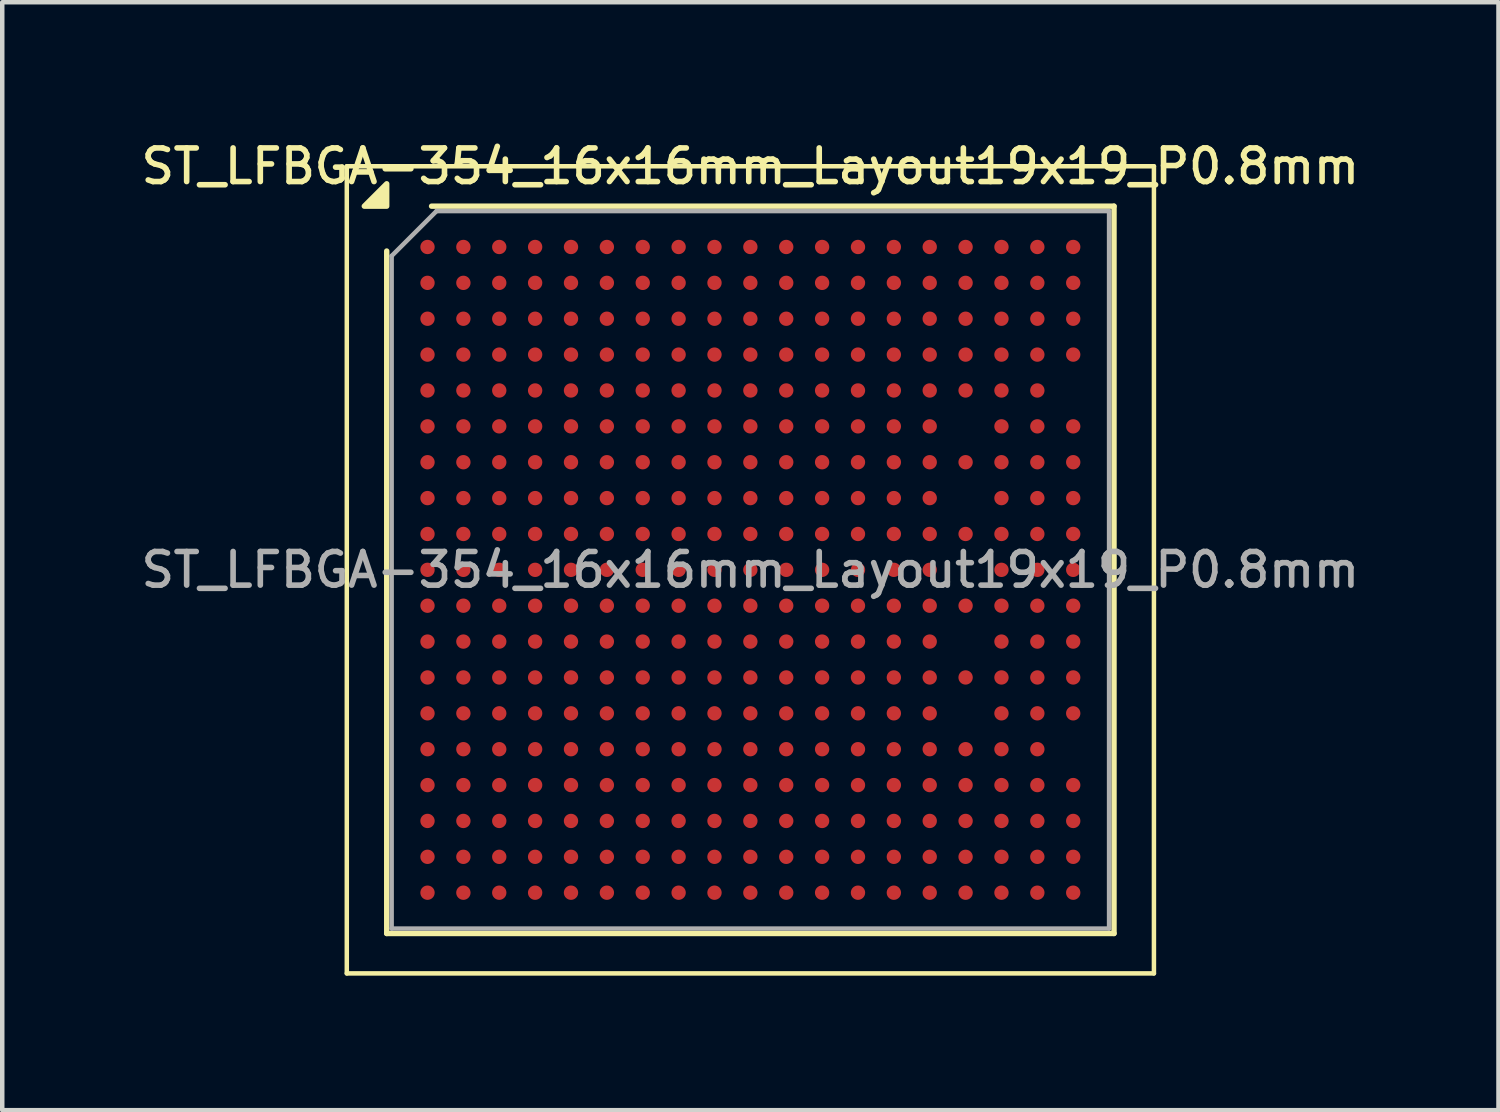
<source format=kicad_pcb>
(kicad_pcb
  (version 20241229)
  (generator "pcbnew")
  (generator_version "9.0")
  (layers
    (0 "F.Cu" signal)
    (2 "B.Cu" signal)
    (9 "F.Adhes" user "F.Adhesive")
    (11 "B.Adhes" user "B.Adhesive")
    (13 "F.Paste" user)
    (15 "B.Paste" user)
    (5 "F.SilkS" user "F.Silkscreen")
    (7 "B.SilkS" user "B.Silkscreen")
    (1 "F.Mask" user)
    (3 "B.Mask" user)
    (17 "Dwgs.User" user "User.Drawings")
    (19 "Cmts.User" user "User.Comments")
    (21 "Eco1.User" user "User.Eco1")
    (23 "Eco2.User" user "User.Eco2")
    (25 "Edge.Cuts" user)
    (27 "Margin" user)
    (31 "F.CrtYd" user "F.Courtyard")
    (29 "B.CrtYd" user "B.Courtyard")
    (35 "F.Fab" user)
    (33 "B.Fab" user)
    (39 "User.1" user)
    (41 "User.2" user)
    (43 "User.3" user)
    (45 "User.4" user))
  (footprint "ST_LFBGA-354_16x16mm_Layout19x19_P0.8mm"
    (layer "F.Cu")
    (at 13.684 9.658)
    (property "Reference" "ST_LFBGA-354_16x16mm_Layout19x19_P0.8mm" (at 0 -9 0) (layer "F.SilkS") (effects (font (size 0.75 0.75) (thickness 0.125))))
    (attr smd)
    (fp_line (start -9 -9) (end -9 9) (stroke (width 0.1) (type solid)) (layer "F.SilkS"))
    (fp_line (start -9 9) (end 9 9) (stroke (width 0.1) (type solid)) (layer "F.SilkS"))
    (fp_line (start -8.11 8.11) (end -8.11 -7.11) (stroke (width 0.12) (type solid)) (layer "F.SilkS"))
    (fp_line (start -7.11 -8.11) (end 8.11 -8.11) (stroke (width 0.12) (type solid)) (layer "F.SilkS"))
    (fp_line (start 8.11 -8.11) (end 8.11 8.11) (stroke (width 0.12) (type solid)) (layer "F.SilkS"))
    (fp_line (start 8.11 8.11) (end -8.11 8.11) (stroke (width 0.12) (type solid)) (layer "F.SilkS"))
    (fp_line (start 9 -9) (end -9 -9) (stroke (width 0.1) (type solid)) (layer "F.SilkS"))
    (fp_line (start 9 9) (end 9 -9) (stroke (width 0.1) (type solid)) (layer "F.SilkS"))
    (fp_poly (pts (xy -8.11 -8.11) (xy -8.61 -8.11) (xy -8.11 -8.61) (xy -8.11 -8.11)) (stroke (width 0.12) (type solid)) (fill yes) (layer "F.SilkS"))
    (fp_line (start -8 -7) (end -7 -8) (stroke (width 0.1) (type solid)) (layer "F.Fab"))
    (fp_line (start -8 8) (end -8 -7) (stroke (width 0.1) (type solid)) (layer "F.Fab"))
    (fp_line (start -7 -8) (end 8 -8) (stroke (width 0.1) (type solid)) (layer "F.Fab"))
    (fp_line (start 8 -8) (end 8 8) (stroke (width 0.1) (type solid)) (layer "F.Fab"))
    (fp_line (start 8 8) (end -8 8) (stroke (width 0.1) (type solid)) (layer "F.Fab"))
    (fp_text user "${REFERENCE}" (at 0 0 0) (layer "F.Fab") (effects (font (size 0.75 0.75) (thickness 0.125))))
    (pad "A1" smd circle (at -7.2 -7.2) (size 0.32 0.32) (property pad_prop_bga) (layers "F.Cu" "F.Mask" "F.Paste"))
    (pad "A2" smd circle (at -6.4 -7.2) (size 0.32 0.32) (property pad_prop_bga) (layers "F.Cu" "F.Mask" "F.Paste"))
    (pad "A3" smd circle (at -5.6 -7.2) (size 0.32 0.32) (property pad_prop_bga) (layers "F.Cu" "F.Mask" "F.Paste"))
    (pad "A4" smd circle (at -4.8 -7.2) (size 0.32 0.32) (property pad_prop_bga) (layers "F.Cu" "F.Mask" "F.Paste"))
    (pad "A5" smd circle (at -4 -7.2) (size 0.32 0.32) (property pad_prop_bga) (layers "F.Cu" "F.Mask" "F.Paste"))
    (pad "A6" smd circle (at -3.2 -7.2) (size 0.32 0.32) (property pad_prop_bga) (layers "F.Cu" "F.Mask" "F.Paste"))
    (pad "A7" smd circle (at -2.4 -7.2) (size 0.32 0.32) (property pad_prop_bga) (layers "F.Cu" "F.Mask" "F.Paste"))
    (pad "A8" smd circle (at -1.6 -7.2) (size 0.32 0.32) (property pad_prop_bga) (layers "F.Cu" "F.Mask" "F.Paste"))
    (pad "A9" smd circle (at -0.8 -7.2) (size 0.32 0.32) (property pad_prop_bga) (layers "F.Cu" "F.Mask" "F.Paste"))
    (pad "A10" smd circle (at 0 -7.2) (size 0.32 0.32) (property pad_prop_bga) (layers "F.Cu" "F.Mask" "F.Paste"))
    (pad "A11" smd circle (at 0.8 -7.2) (size 0.32 0.32) (property pad_prop_bga) (layers "F.Cu" "F.Mask" "F.Paste"))
    (pad "A12" smd circle (at 1.6 -7.2) (size 0.32 0.32) (property pad_prop_bga) (layers "F.Cu" "F.Mask" "F.Paste"))
    (pad "A13" smd circle (at 2.4 -7.2) (size 0.32 0.32) (property pad_prop_bga) (layers "F.Cu" "F.Mask" "F.Paste"))
    (pad "A14" smd circle (at 3.2 -7.2) (size 0.32 0.32) (property pad_prop_bga) (layers "F.Cu" "F.Mask" "F.Paste"))
    (pad "A15" smd circle (at 4 -7.2) (size 0.32 0.32) (property pad_prop_bga) (layers "F.Cu" "F.Mask" "F.Paste"))
    (pad "A16" smd circle (at 4.8 -7.2) (size 0.32 0.32) (property pad_prop_bga) (layers "F.Cu" "F.Mask" "F.Paste"))
    (pad "A17" smd circle (at 5.6 -7.2) (size 0.32 0.32) (property pad_prop_bga) (layers "F.Cu" "F.Mask" "F.Paste"))
    (pad "A18" smd circle (at 6.4 -7.2) (size 0.32 0.32) (property pad_prop_bga) (layers "F.Cu" "F.Mask" "F.Paste"))
    (pad "A19" smd circle (at 7.2 -7.2) (size 0.32 0.32) (property pad_prop_bga) (layers "F.Cu" "F.Mask" "F.Paste"))
    (pad "B1" smd circle (at -7.2 -6.4) (size 0.32 0.32) (property pad_prop_bga) (layers "F.Cu" "F.Mask" "F.Paste"))
    (pad "B2" smd circle (at -6.4 -6.4) (size 0.32 0.32) (property pad_prop_bga) (layers "F.Cu" "F.Mask" "F.Paste"))
    (pad "B3" smd circle (at -5.6 -6.4) (size 0.32 0.32) (property pad_prop_bga) (layers "F.Cu" "F.Mask" "F.Paste"))
    (pad "B4" smd circle (at -4.8 -6.4) (size 0.32 0.32) (property pad_prop_bga) (layers "F.Cu" "F.Mask" "F.Paste"))
    (pad "B5" smd circle (at -4 -6.4) (size 0.32 0.32) (property pad_prop_bga) (layers "F.Cu" "F.Mask" "F.Paste"))
    (pad "B6" smd circle (at -3.2 -6.4) (size 0.32 0.32) (property pad_prop_bga) (layers "F.Cu" "F.Mask" "F.Paste"))
    (pad "B7" smd circle (at -2.4 -6.4) (size 0.32 0.32) (property pad_prop_bga) (layers "F.Cu" "F.Mask" "F.Paste"))
    (pad "B8" smd circle (at -1.6 -6.4) (size 0.32 0.32) (property pad_prop_bga) (layers "F.Cu" "F.Mask" "F.Paste"))
    (pad "B9" smd circle (at -0.8 -6.4) (size 0.32 0.32) (property pad_prop_bga) (layers "F.Cu" "F.Mask" "F.Paste"))
    (pad "B10" smd circle (at 0 -6.4) (size 0.32 0.32) (property pad_prop_bga) (layers "F.Cu" "F.Mask" "F.Paste"))
    (pad "B11" smd circle (at 0.8 -6.4) (size 0.32 0.32) (property pad_prop_bga) (layers "F.Cu" "F.Mask" "F.Paste"))
    (pad "B12" smd circle (at 1.6 -6.4) (size 0.32 0.32) (property pad_prop_bga) (layers "F.Cu" "F.Mask" "F.Paste"))
    (pad "B13" smd circle (at 2.4 -6.4) (size 0.32 0.32) (property pad_prop_bga) (layers "F.Cu" "F.Mask" "F.Paste"))
    (pad "B14" smd circle (at 3.2 -6.4) (size 0.32 0.32) (property pad_prop_bga) (layers "F.Cu" "F.Mask" "F.Paste"))
    (pad "B15" smd circle (at 4 -6.4) (size 0.32 0.32) (property pad_prop_bga) (layers "F.Cu" "F.Mask" "F.Paste"))
    (pad "B16" smd circle (at 4.8 -6.4) (size 0.32 0.32) (property pad_prop_bga) (layers "F.Cu" "F.Mask" "F.Paste"))
    (pad "B17" smd circle (at 5.6 -6.4) (size 0.32 0.32) (property pad_prop_bga) (layers "F.Cu" "F.Mask" "F.Paste"))
    (pad "B18" smd circle (at 6.4 -6.4) (size 0.32 0.32) (property pad_prop_bga) (layers "F.Cu" "F.Mask" "F.Paste"))
    (pad "B19" smd circle (at 7.2 -6.4) (size 0.32 0.32) (property pad_prop_bga) (layers "F.Cu" "F.Mask" "F.Paste"))
    (pad "C1" smd circle (at -7.2 -5.6) (size 0.32 0.32) (property pad_prop_bga) (layers "F.Cu" "F.Mask" "F.Paste"))
    (pad "C2" smd circle (at -6.4 -5.6) (size 0.32 0.32) (property pad_prop_bga) (layers "F.Cu" "F.Mask" "F.Paste"))
    (pad "C3" smd circle (at -5.6 -5.6) (size 0.32 0.32) (property pad_prop_bga) (layers "F.Cu" "F.Mask" "F.Paste"))
    (pad "C4" smd circle (at -4.8 -5.6) (size 0.32 0.32) (property pad_prop_bga) (layers "F.Cu" "F.Mask" "F.Paste"))
    (pad "C5" smd circle (at -4 -5.6) (size 0.32 0.32) (property pad_prop_bga) (layers "F.Cu" "F.Mask" "F.Paste"))
    (pad "C6" smd circle (at -3.2 -5.6) (size 0.32 0.32) (property pad_prop_bga) (layers "F.Cu" "F.Mask" "F.Paste"))
    (pad "C7" smd circle (at -2.4 -5.6) (size 0.32 0.32) (property pad_prop_bga) (layers "F.Cu" "F.Mask" "F.Paste"))
    (pad "C8" smd circle (at -1.6 -5.6) (size 0.32 0.32) (property pad_prop_bga) (layers "F.Cu" "F.Mask" "F.Paste"))
    (pad "C9" smd circle (at -0.8 -5.6) (size 0.32 0.32) (property pad_prop_bga) (layers "F.Cu" "F.Mask" "F.Paste"))
    (pad "C10" smd circle (at 0 -5.6) (size 0.32 0.32) (property pad_prop_bga) (layers "F.Cu" "F.Mask" "F.Paste"))
    (pad "C11" smd circle (at 0.8 -5.6) (size 0.32 0.32) (property pad_prop_bga) (layers "F.Cu" "F.Mask" "F.Paste"))
    (pad "C12" smd circle (at 1.6 -5.6) (size 0.32 0.32) (property pad_prop_bga) (layers "F.Cu" "F.Mask" "F.Paste"))
    (pad "C13" smd circle (at 2.4 -5.6) (size 0.32 0.32) (property pad_prop_bga) (layers "F.Cu" "F.Mask" "F.Paste"))
    (pad "C14" smd circle (at 3.2 -5.6) (size 0.32 0.32) (property pad_prop_bga) (layers "F.Cu" "F.Mask" "F.Paste"))
    (pad "C15" smd circle (at 4 -5.6) (size 0.32 0.32) (property pad_prop_bga) (layers "F.Cu" "F.Mask" "F.Paste"))
    (pad "C16" smd circle (at 4.8 -5.6) (size 0.32 0.32) (property pad_prop_bga) (layers "F.Cu" "F.Mask" "F.Paste"))
    (pad "C17" smd circle (at 5.6 -5.6) (size 0.32 0.32) (property pad_prop_bga) (layers "F.Cu" "F.Mask" "F.Paste"))
    (pad "C18" smd circle (at 6.4 -5.6) (size 0.32 0.32) (property pad_prop_bga) (layers "F.Cu" "F.Mask" "F.Paste"))
    (pad "C19" smd circle (at 7.2 -5.6) (size 0.32 0.32) (property pad_prop_bga) (layers "F.Cu" "F.Mask" "F.Paste"))
    (pad "D1" smd circle (at -7.2 -4.8) (size 0.32 0.32) (property pad_prop_bga) (layers "F.Cu" "F.Mask" "F.Paste"))
    (pad "D2" smd circle (at -6.4 -4.8) (size 0.32 0.32) (property pad_prop_bga) (layers "F.Cu" "F.Mask" "F.Paste"))
    (pad "D3" smd circle (at -5.6 -4.8) (size 0.32 0.32) (property pad_prop_bga) (layers "F.Cu" "F.Mask" "F.Paste"))
    (pad "D4" smd circle (at -4.8 -4.8) (size 0.32 0.32) (property pad_prop_bga) (layers "F.Cu" "F.Mask" "F.Paste"))
    (pad "D5" smd circle (at -4 -4.8) (size 0.32 0.32) (property pad_prop_bga) (layers "F.Cu" "F.Mask" "F.Paste"))
    (pad "D6" smd circle (at -3.2 -4.8) (size 0.32 0.32) (property pad_prop_bga) (layers "F.Cu" "F.Mask" "F.Paste"))
    (pad "D7" smd circle (at -2.4 -4.8) (size 0.32 0.32) (property pad_prop_bga) (layers "F.Cu" "F.Mask" "F.Paste"))
    (pad "D8" smd circle (at -1.6 -4.8) (size 0.32 0.32) (property pad_prop_bga) (layers "F.Cu" "F.Mask" "F.Paste"))
    (pad "D9" smd circle (at -0.8 -4.8) (size 0.32 0.32) (property pad_prop_bga) (layers "F.Cu" "F.Mask" "F.Paste"))
    (pad "D10" smd circle (at 0 -4.8) (size 0.32 0.32) (property pad_prop_bga) (layers "F.Cu" "F.Mask" "F.Paste"))
    (pad "D11" smd circle (at 0.8 -4.8) (size 0.32 0.32) (property pad_prop_bga) (layers "F.Cu" "F.Mask" "F.Paste"))
    (pad "D12" smd circle (at 1.6 -4.8) (size 0.32 0.32) (property pad_prop_bga) (layers "F.Cu" "F.Mask" "F.Paste"))
    (pad "D13" smd circle (at 2.4 -4.8) (size 0.32 0.32) (property pad_prop_bga) (layers "F.Cu" "F.Mask" "F.Paste"))
    (pad "D14" smd circle (at 3.2 -4.8) (size 0.32 0.32) (property pad_prop_bga) (layers "F.Cu" "F.Mask" "F.Paste"))
    (pad "D15" smd circle (at 4 -4.8) (size 0.32 0.32) (property pad_prop_bga) (layers "F.Cu" "F.Mask" "F.Paste"))
    (pad "D16" smd circle (at 4.8 -4.8) (size 0.32 0.32) (property pad_prop_bga) (layers "F.Cu" "F.Mask" "F.Paste"))
    (pad "D17" smd circle (at 5.6 -4.8) (size 0.32 0.32) (property pad_prop_bga) (layers "F.Cu" "F.Mask" "F.Paste"))
    (pad "D18" smd circle (at 6.4 -4.8) (size 0.32 0.32) (property pad_prop_bga) (layers "F.Cu" "F.Mask" "F.Paste"))
    (pad "D19" smd circle (at 7.2 -4.8) (size 0.32 0.32) (property pad_prop_bga) (layers "F.Cu" "F.Mask" "F.Paste"))
    (pad "E1" smd circle (at -7.2 -4) (size 0.32 0.32) (property pad_prop_bga) (layers "F.Cu" "F.Mask" "F.Paste"))
    (pad "E2" smd circle (at -6.4 -4) (size 0.32 0.32) (property pad_prop_bga) (layers "F.Cu" "F.Mask" "F.Paste"))
    (pad "E3" smd circle (at -5.6 -4) (size 0.32 0.32) (property pad_prop_bga) (layers "F.Cu" "F.Mask" "F.Paste"))
    (pad "E4" smd circle (at -4.8 -4) (size 0.32 0.32) (property pad_prop_bga) (layers "F.Cu" "F.Mask" "F.Paste"))
    (pad "E5" smd circle (at -4 -4) (size 0.32 0.32) (property pad_prop_bga) (layers "F.Cu" "F.Mask" "F.Paste"))
    (pad "E6" smd circle (at -3.2 -4) (size 0.32 0.32) (property pad_prop_bga) (layers "F.Cu" "F.Mask" "F.Paste"))
    (pad "E7" smd circle (at -2.4 -4) (size 0.32 0.32) (property pad_prop_bga) (layers "F.Cu" "F.Mask" "F.Paste"))
    (pad "E8" smd circle (at -1.6 -4) (size 0.32 0.32) (property pad_prop_bga) (layers "F.Cu" "F.Mask" "F.Paste"))
    (pad "E9" smd circle (at -0.8 -4) (size 0.32 0.32) (property pad_prop_bga) (layers "F.Cu" "F.Mask" "F.Paste"))
    (pad "E10" smd circle (at 0 -4) (size 0.32 0.32) (property pad_prop_bga) (layers "F.Cu" "F.Mask" "F.Paste"))
    (pad "E11" smd circle (at 0.8 -4) (size 0.32 0.32) (property pad_prop_bga) (layers "F.Cu" "F.Mask" "F.Paste"))
    (pad "E12" smd circle (at 1.6 -4) (size 0.32 0.32) (property pad_prop_bga) (layers "F.Cu" "F.Mask" "F.Paste"))
    (pad "E13" smd circle (at 2.4 -4) (size 0.32 0.32) (property pad_prop_bga) (layers "F.Cu" "F.Mask" "F.Paste"))
    (pad "E14" smd circle (at 3.2 -4) (size 0.32 0.32) (property pad_prop_bga) (layers "F.Cu" "F.Mask" "F.Paste"))
    (pad "E15" smd circle (at 4 -4) (size 0.32 0.32) (property pad_prop_bga) (layers "F.Cu" "F.Mask" "F.Paste"))
    (pad "E16" smd circle (at 4.8 -4) (size 0.32 0.32) (property pad_prop_bga) (layers "F.Cu" "F.Mask" "F.Paste"))
    (pad "E17" smd circle (at 5.6 -4) (size 0.32 0.32) (property pad_prop_bga) (layers "F.Cu" "F.Mask" "F.Paste"))
    (pad "E18" smd circle (at 6.4 -4) (size 0.32 0.32) (property pad_prop_bga) (layers "F.Cu" "F.Mask" "F.Paste"))
    (pad "F1" smd circle (at -7.2 -3.2) (size 0.32 0.32) (property pad_prop_bga) (layers "F.Cu" "F.Mask" "F.Paste"))
    (pad "F2" smd circle (at -6.4 -3.2) (size 0.32 0.32) (property pad_prop_bga) (layers "F.Cu" "F.Mask" "F.Paste"))
    (pad "F3" smd circle (at -5.6 -3.2) (size 0.32 0.32) (property pad_prop_bga) (layers "F.Cu" "F.Mask" "F.Paste"))
    (pad "F4" smd circle (at -4.8 -3.2) (size 0.32 0.32) (property pad_prop_bga) (layers "F.Cu" "F.Mask" "F.Paste"))
    (pad "F5" smd circle (at -4 -3.2) (size 0.32 0.32) (property pad_prop_bga) (layers "F.Cu" "F.Mask" "F.Paste"))
    (pad "F6" smd circle (at -3.2 -3.2) (size 0.32 0.32) (property pad_prop_bga) (layers "F.Cu" "F.Mask" "F.Paste"))
    (pad "F7" smd circle (at -2.4 -3.2) (size 0.32 0.32) (property pad_prop_bga) (layers "F.Cu" "F.Mask" "F.Paste"))
    (pad "F8" smd circle (at -1.6 -3.2) (size 0.32 0.32) (property pad_prop_bga) (layers "F.Cu" "F.Mask" "F.Paste"))
    (pad "F9" smd circle (at -0.8 -3.2) (size 0.32 0.32) (property pad_prop_bga) (layers "F.Cu" "F.Mask" "F.Paste"))
    (pad "F10" smd circle (at 0 -3.2) (size 0.32 0.32) (property pad_prop_bga) (layers "F.Cu" "F.Mask" "F.Paste"))
    (pad "F11" smd circle (at 0.8 -3.2) (size 0.32 0.32) (property pad_prop_bga) (layers "F.Cu" "F.Mask" "F.Paste"))
    (pad "F12" smd circle (at 1.6 -3.2) (size 0.32 0.32) (property pad_prop_bga) (layers "F.Cu" "F.Mask" "F.Paste"))
    (pad "F13" smd circle (at 2.4 -3.2) (size 0.32 0.32) (property pad_prop_bga) (layers "F.Cu" "F.Mask" "F.Paste"))
    (pad "F14" smd circle (at 3.2 -3.2) (size 0.32 0.32) (property pad_prop_bga) (layers "F.Cu" "F.Mask" "F.Paste"))
    (pad "F15" smd circle (at 4 -3.2) (size 0.32 0.32) (property pad_prop_bga) (layers "F.Cu" "F.Mask" "F.Paste"))
    (pad "F17" smd circle (at 5.6 -3.2) (size 0.32 0.32) (property pad_prop_bga) (layers "F.Cu" "F.Mask" "F.Paste"))
    (pad "F18" smd circle (at 6.4 -3.2) (size 0.32 0.32) (property pad_prop_bga) (layers "F.Cu" "F.Mask" "F.Paste"))
    (pad "F19" smd circle (at 7.2 -3.2) (size 0.32 0.32) (property pad_prop_bga) (layers "F.Cu" "F.Mask" "F.Paste"))
    (pad "G1" smd circle (at -7.2 -2.4) (size 0.32 0.32) (property pad_prop_bga) (layers "F.Cu" "F.Mask" "F.Paste"))
    (pad "G2" smd circle (at -6.4 -2.4) (size 0.32 0.32) (property pad_prop_bga) (layers "F.Cu" "F.Mask" "F.Paste"))
    (pad "G3" smd circle (at -5.6 -2.4) (size 0.32 0.32) (property pad_prop_bga) (layers "F.Cu" "F.Mask" "F.Paste"))
    (pad "G4" smd circle (at -4.8 -2.4) (size 0.32 0.32) (property pad_prop_bga) (layers "F.Cu" "F.Mask" "F.Paste"))
    (pad "G5" smd circle (at -4 -2.4) (size 0.32 0.32) (property pad_prop_bga) (layers "F.Cu" "F.Mask" "F.Paste"))
    (pad "G6" smd circle (at -3.2 -2.4) (size 0.32 0.32) (property pad_prop_bga) (layers "F.Cu" "F.Mask" "F.Paste"))
    (pad "G7" smd circle (at -2.4 -2.4) (size 0.32 0.32) (property pad_prop_bga) (layers "F.Cu" "F.Mask" "F.Paste"))
    (pad "G8" smd circle (at -1.6 -2.4) (size 0.32 0.32) (property pad_prop_bga) (layers "F.Cu" "F.Mask" "F.Paste"))
    (pad "G9" smd circle (at -0.8 -2.4) (size 0.32 0.32) (property pad_prop_bga) (layers "F.Cu" "F.Mask" "F.Paste"))
    (pad "G10" smd circle (at 0 -2.4) (size 0.32 0.32) (property pad_prop_bga) (layers "F.Cu" "F.Mask" "F.Paste"))
    (pad "G11" smd circle (at 0.8 -2.4) (size 0.32 0.32) (property pad_prop_bga) (layers "F.Cu" "F.Mask" "F.Paste"))
    (pad "G12" smd circle (at 1.6 -2.4) (size 0.32 0.32) (property pad_prop_bga) (layers "F.Cu" "F.Mask" "F.Paste"))
    (pad "G13" smd circle (at 2.4 -2.4) (size 0.32 0.32) (property pad_prop_bga) (layers "F.Cu" "F.Mask" "F.Paste"))
    (pad "G14" smd circle (at 3.2 -2.4) (size 0.32 0.32) (property pad_prop_bga) (layers "F.Cu" "F.Mask" "F.Paste"))
    (pad "G15" smd circle (at 4 -2.4) (size 0.32 0.32) (property pad_prop_bga) (layers "F.Cu" "F.Mask" "F.Paste"))
    (pad "G16" smd circle (at 4.8 -2.4) (size 0.32 0.32) (property pad_prop_bga) (layers "F.Cu" "F.Mask" "F.Paste"))
    (pad "G17" smd circle (at 5.6 -2.4) (size 0.32 0.32) (property pad_prop_bga) (layers "F.Cu" "F.Mask" "F.Paste"))
    (pad "G18" smd circle (at 6.4 -2.4) (size 0.32 0.32) (property pad_prop_bga) (layers "F.Cu" "F.Mask" "F.Paste"))
    (pad "G19" smd circle (at 7.2 -2.4) (size 0.32 0.32) (property pad_prop_bga) (layers "F.Cu" "F.Mask" "F.Paste"))
    (pad "H1" smd circle (at -7.2 -1.6) (size 0.32 0.32) (property pad_prop_bga) (layers "F.Cu" "F.Mask" "F.Paste"))
    (pad "H2" smd circle (at -6.4 -1.6) (size 0.32 0.32) (property pad_prop_bga) (layers "F.Cu" "F.Mask" "F.Paste"))
    (pad "H3" smd circle (at -5.6 -1.6) (size 0.32 0.32) (property pad_prop_bga) (layers "F.Cu" "F.Mask" "F.Paste"))
    (pad "H4" smd circle (at -4.8 -1.6) (size 0.32 0.32) (property pad_prop_bga) (layers "F.Cu" "F.Mask" "F.Paste"))
    (pad "H5" smd circle (at -4 -1.6) (size 0.32 0.32) (property pad_prop_bga) (layers "F.Cu" "F.Mask" "F.Paste"))
    (pad "H6" smd circle (at -3.2 -1.6) (size 0.32 0.32) (property pad_prop_bga) (layers "F.Cu" "F.Mask" "F.Paste"))
    (pad "H7" smd circle (at -2.4 -1.6) (size 0.32 0.32) (property pad_prop_bga) (layers "F.Cu" "F.Mask" "F.Paste"))
    (pad "H8" smd circle (at -1.6 -1.6) (size 0.32 0.32) (property pad_prop_bga) (layers "F.Cu" "F.Mask" "F.Paste"))
    (pad "H9" smd circle (at -0.8 -1.6) (size 0.32 0.32) (property pad_prop_bga) (layers "F.Cu" "F.Mask" "F.Paste"))
    (pad "H10" smd circle (at 0 -1.6) (size 0.32 0.32) (property pad_prop_bga) (layers "F.Cu" "F.Mask" "F.Paste"))
    (pad "H11" smd circle (at 0.8 -1.6) (size 0.32 0.32) (property pad_prop_bga) (layers "F.Cu" "F.Mask" "F.Paste"))
    (pad "H12" smd circle (at 1.6 -1.6) (size 0.32 0.32) (property pad_prop_bga) (layers "F.Cu" "F.Mask" "F.Paste"))
    (pad "H13" smd circle (at 2.4 -1.6) (size 0.32 0.32) (property pad_prop_bga) (layers "F.Cu" "F.Mask" "F.Paste"))
    (pad "H14" smd circle (at 3.2 -1.6) (size 0.32 0.32) (property pad_prop_bga) (layers "F.Cu" "F.Mask" "F.Paste"))
    (pad "H15" smd circle (at 4 -1.6) (size 0.32 0.32) (property pad_prop_bga) (layers "F.Cu" "F.Mask" "F.Paste"))
    (pad "H17" smd circle (at 5.6 -1.6) (size 0.32 0.32) (property pad_prop_bga) (layers "F.Cu" "F.Mask" "F.Paste"))
    (pad "H18" smd circle (at 6.4 -1.6) (size 0.32 0.32) (property pad_prop_bga) (layers "F.Cu" "F.Mask" "F.Paste"))
    (pad "H19" smd circle (at 7.2 -1.6) (size 0.32 0.32) (property pad_prop_bga) (layers "F.Cu" "F.Mask" "F.Paste"))
    (pad "J1" smd circle (at -7.2 -0.8) (size 0.32 0.32) (property pad_prop_bga) (layers "F.Cu" "F.Mask" "F.Paste"))
    (pad "J2" smd circle (at -6.4 -0.8) (size 0.32 0.32) (property pad_prop_bga) (layers "F.Cu" "F.Mask" "F.Paste"))
    (pad "J3" smd circle (at -5.6 -0.8) (size 0.32 0.32) (property pad_prop_bga) (layers "F.Cu" "F.Mask" "F.Paste"))
    (pad "J4" smd circle (at -4.8 -0.8) (size 0.32 0.32) (property pad_prop_bga) (layers "F.Cu" "F.Mask" "F.Paste"))
    (pad "J5" smd circle (at -4 -0.8) (size 0.32 0.32) (property pad_prop_bga) (layers "F.Cu" "F.Mask" "F.Paste"))
    (pad "J6" smd circle (at -3.2 -0.8) (size 0.32 0.32) (property pad_prop_bga) (layers "F.Cu" "F.Mask" "F.Paste"))
    (pad "J7" smd circle (at -2.4 -0.8) (size 0.32 0.32) (property pad_prop_bga) (layers "F.Cu" "F.Mask" "F.Paste"))
    (pad "J8" smd circle (at -1.6 -0.8) (size 0.32 0.32) (property pad_prop_bga) (layers "F.Cu" "F.Mask" "F.Paste"))
    (pad "J9" smd circle (at -0.8 -0.8) (size 0.32 0.32) (property pad_prop_bga) (layers "F.Cu" "F.Mask" "F.Paste"))
    (pad "J10" smd circle (at 0 -0.8) (size 0.32 0.32) (property pad_prop_bga) (layers "F.Cu" "F.Mask" "F.Paste"))
    (pad "J11" smd circle (at 0.8 -0.8) (size 0.32 0.32) (property pad_prop_bga) (layers "F.Cu" "F.Mask" "F.Paste"))
    (pad "J12" smd circle (at 1.6 -0.8) (size 0.32 0.32) (property pad_prop_bga) (layers "F.Cu" "F.Mask" "F.Paste"))
    (pad "J13" smd circle (at 2.4 -0.8) (size 0.32 0.32) (property pad_prop_bga) (layers "F.Cu" "F.Mask" "F.Paste"))
    (pad "J14" smd circle (at 3.2 -0.8) (size 0.32 0.32) (property pad_prop_bga) (layers "F.Cu" "F.Mask" "F.Paste"))
    (pad "J15" smd circle (at 4 -0.8) (size 0.32 0.32) (property pad_prop_bga) (layers "F.Cu" "F.Mask" "F.Paste"))
    (pad "J16" smd circle (at 4.8 -0.8) (size 0.32 0.32) (property pad_prop_bga) (layers "F.Cu" "F.Mask" "F.Paste"))
    (pad "J17" smd circle (at 5.6 -0.8) (size 0.32 0.32) (property pad_prop_bga) (layers "F.Cu" "F.Mask" "F.Paste"))
    (pad "J18" smd circle (at 6.4 -0.8) (size 0.32 0.32) (property pad_prop_bga) (layers "F.Cu" "F.Mask" "F.Paste"))
    (pad "J19" smd circle (at 7.2 -0.8) (size 0.32 0.32) (property pad_prop_bga) (layers "F.Cu" "F.Mask" "F.Paste"))
    (pad "K1" smd circle (at -7.2 0) (size 0.32 0.32) (property pad_prop_bga) (layers "F.Cu" "F.Mask" "F.Paste"))
    (pad "K2" smd circle (at -6.4 0) (size 0.32 0.32) (property pad_prop_bga) (layers "F.Cu" "F.Mask" "F.Paste"))
    (pad "K3" smd circle (at -5.6 0) (size 0.32 0.32) (property pad_prop_bga) (layers "F.Cu" "F.Mask" "F.Paste"))
    (pad "K4" smd circle (at -4.8 0) (size 0.32 0.32) (property pad_prop_bga) (layers "F.Cu" "F.Mask" "F.Paste"))
    (pad "K5" smd circle (at -4 0) (size 0.32 0.32) (property pad_prop_bga) (layers "F.Cu" "F.Mask" "F.Paste"))
    (pad "K6" smd circle (at -3.2 0) (size 0.32 0.32) (property pad_prop_bga) (layers "F.Cu" "F.Mask" "F.Paste"))
    (pad "K7" smd circle (at -2.4 0) (size 0.32 0.32) (property pad_prop_bga) (layers "F.Cu" "F.Mask" "F.Paste"))
    (pad "K8" smd circle (at -1.6 0) (size 0.32 0.32) (property pad_prop_bga) (layers "F.Cu" "F.Mask" "F.Paste"))
    (pad "K9" smd circle (at -0.8 0) (size 0.32 0.32) (property pad_prop_bga) (layers "F.Cu" "F.Mask" "F.Paste"))
    (pad "K10" smd circle (at 0 0) (size 0.32 0.32) (property pad_prop_bga) (layers "F.Cu" "F.Mask" "F.Paste"))
    (pad "K11" smd circle (at 0.8 0) (size 0.32 0.32) (property pad_prop_bga) (layers "F.Cu" "F.Mask" "F.Paste"))
    (pad "K12" smd circle (at 1.6 0) (size 0.32 0.32) (property pad_prop_bga) (layers "F.Cu" "F.Mask" "F.Paste"))
    (pad "K13" smd circle (at 2.4 0) (size 0.32 0.32) (property pad_prop_bga) (layers "F.Cu" "F.Mask" "F.Paste"))
    (pad "K14" smd circle (at 3.2 0) (size 0.32 0.32) (property pad_prop_bga) (layers "F.Cu" "F.Mask" "F.Paste"))
    (pad "K15" smd circle (at 4 0) (size 0.32 0.32) (property pad_prop_bga) (layers "F.Cu" "F.Mask" "F.Paste"))
    (pad "K17" smd circle (at 5.6 0) (size 0.32 0.32) (property pad_prop_bga) (layers "F.Cu" "F.Mask" "F.Paste"))
    (pad "K18" smd circle (at 6.4 0) (size 0.32 0.32) (property pad_prop_bga) (layers "F.Cu" "F.Mask" "F.Paste"))
    (pad "K19" smd circle (at 7.2 0) (size 0.32 0.32) (property pad_prop_bga) (layers "F.Cu" "F.Mask" "F.Paste"))
    (pad "L1" smd circle (at -7.2 0.8) (size 0.32 0.32) (property pad_prop_bga) (layers "F.Cu" "F.Mask" "F.Paste"))
    (pad "L2" smd circle (at -6.4 0.8) (size 0.32 0.32) (property pad_prop_bga) (layers "F.Cu" "F.Mask" "F.Paste"))
    (pad "L3" smd circle (at -5.6 0.8) (size 0.32 0.32) (property pad_prop_bga) (layers "F.Cu" "F.Mask" "F.Paste"))
    (pad "L4" smd circle (at -4.8 0.8) (size 0.32 0.32) (property pad_prop_bga) (layers "F.Cu" "F.Mask" "F.Paste"))
    (pad "L5" smd circle (at -4 0.8) (size 0.32 0.32) (property pad_prop_bga) (layers "F.Cu" "F.Mask" "F.Paste"))
    (pad "L6" smd circle (at -3.2 0.8) (size 0.32 0.32) (property pad_prop_bga) (layers "F.Cu" "F.Mask" "F.Paste"))
    (pad "L7" smd circle (at -2.4 0.8) (size 0.32 0.32) (property pad_prop_bga) (layers "F.Cu" "F.Mask" "F.Paste"))
    (pad "L8" smd circle (at -1.6 0.8) (size 0.32 0.32) (property pad_prop_bga) (layers "F.Cu" "F.Mask" "F.Paste"))
    (pad "L9" smd circle (at -0.8 0.8) (size 0.32 0.32) (property pad_prop_bga) (layers "F.Cu" "F.Mask" "F.Paste"))
    (pad "L10" smd circle (at 0 0.8) (size 0.32 0.32) (property pad_prop_bga) (layers "F.Cu" "F.Mask" "F.Paste"))
    (pad "L11" smd circle (at 0.8 0.8) (size 0.32 0.32) (property pad_prop_bga) (layers "F.Cu" "F.Mask" "F.Paste"))
    (pad "L12" smd circle (at 1.6 0.8) (size 0.32 0.32) (property pad_prop_bga) (layers "F.Cu" "F.Mask" "F.Paste"))
    (pad "L13" smd circle (at 2.4 0.8) (size 0.32 0.32) (property pad_prop_bga) (layers "F.Cu" "F.Mask" "F.Paste"))
    (pad "L14" smd circle (at 3.2 0.8) (size 0.32 0.32) (property pad_prop_bga) (layers "F.Cu" "F.Mask" "F.Paste"))
    (pad "L15" smd circle (at 4 0.8) (size 0.32 0.32) (property pad_prop_bga) (layers "F.Cu" "F.Mask" "F.Paste"))
    (pad "L16" smd circle (at 4.8 0.8) (size 0.32 0.32) (property pad_prop_bga) (layers "F.Cu" "F.Mask" "F.Paste"))
    (pad "L17" smd circle (at 5.6 0.8) (size 0.32 0.32) (property pad_prop_bga) (layers "F.Cu" "F.Mask" "F.Paste"))
    (pad "L18" smd circle (at 6.4 0.8) (size 0.32 0.32) (property pad_prop_bga) (layers "F.Cu" "F.Mask" "F.Paste"))
    (pad "L19" smd circle (at 7.2 0.8) (size 0.32 0.32) (property pad_prop_bga) (layers "F.Cu" "F.Mask" "F.Paste"))
    (pad "M1" smd circle (at -7.2 1.6) (size 0.32 0.32) (property pad_prop_bga) (layers "F.Cu" "F.Mask" "F.Paste"))
    (pad "M2" smd circle (at -6.4 1.6) (size 0.32 0.32) (property pad_prop_bga) (layers "F.Cu" "F.Mask" "F.Paste"))
    (pad "M3" smd circle (at -5.6 1.6) (size 0.32 0.32) (property pad_prop_bga) (layers "F.Cu" "F.Mask" "F.Paste"))
    (pad "M4" smd circle (at -4.8 1.6) (size 0.32 0.32) (property pad_prop_bga) (layers "F.Cu" "F.Mask" "F.Paste"))
    (pad "M5" smd circle (at -4 1.6) (size 0.32 0.32) (property pad_prop_bga) (layers "F.Cu" "F.Mask" "F.Paste"))
    (pad "M6" smd circle (at -3.2 1.6) (size 0.32 0.32) (property pad_prop_bga) (layers "F.Cu" "F.Mask" "F.Paste"))
    (pad "M7" smd circle (at -2.4 1.6) (size 0.32 0.32) (property pad_prop_bga) (layers "F.Cu" "F.Mask" "F.Paste"))
    (pad "M8" smd circle (at -1.6 1.6) (size 0.32 0.32) (property pad_prop_bga) (layers "F.Cu" "F.Mask" "F.Paste"))
    (pad "M9" smd circle (at -0.8 1.6) (size 0.32 0.32) (property pad_prop_bga) (layers "F.Cu" "F.Mask" "F.Paste"))
    (pad "M10" smd circle (at 0 1.6) (size 0.32 0.32) (property pad_prop_bga) (layers "F.Cu" "F.Mask" "F.Paste"))
    (pad "M11" smd circle (at 0.8 1.6) (size 0.32 0.32) (property pad_prop_bga) (layers "F.Cu" "F.Mask" "F.Paste"))
    (pad "M12" smd circle (at 1.6 1.6) (size 0.32 0.32) (property pad_prop_bga) (layers "F.Cu" "F.Mask" "F.Paste"))
    (pad "M13" smd circle (at 2.4 1.6) (size 0.32 0.32) (property pad_prop_bga) (layers "F.Cu" "F.Mask" "F.Paste"))
    (pad "M14" smd circle (at 3.2 1.6) (size 0.32 0.32) (property pad_prop_bga) (layers "F.Cu" "F.Mask" "F.Paste"))
    (pad "M15" smd circle (at 4 1.6) (size 0.32 0.32) (property pad_prop_bga) (layers "F.Cu" "F.Mask" "F.Paste"))
    (pad "M17" smd circle (at 5.6 1.6) (size 0.32 0.32) (property pad_prop_bga) (layers "F.Cu" "F.Mask" "F.Paste"))
    (pad "M18" smd circle (at 6.4 1.6) (size 0.32 0.32) (property pad_prop_bga) (layers "F.Cu" "F.Mask" "F.Paste"))
    (pad "M19" smd circle (at 7.2 1.6) (size 0.32 0.32) (property pad_prop_bga) (layers "F.Cu" "F.Mask" "F.Paste"))
    (pad "N1" smd circle (at -7.2 2.4) (size 0.32 0.32) (property pad_prop_bga) (layers "F.Cu" "F.Mask" "F.Paste"))
    (pad "N2" smd circle (at -6.4 2.4) (size 0.32 0.32) (property pad_prop_bga) (layers "F.Cu" "F.Mask" "F.Paste"))
    (pad "N3" smd circle (at -5.6 2.4) (size 0.32 0.32) (property pad_prop_bga) (layers "F.Cu" "F.Mask" "F.Paste"))
    (pad "N4" smd circle (at -4.8 2.4) (size 0.32 0.32) (property pad_prop_bga) (layers "F.Cu" "F.Mask" "F.Paste"))
    (pad "N5" smd circle (at -4 2.4) (size 0.32 0.32) (property pad_prop_bga) (layers "F.Cu" "F.Mask" "F.Paste"))
    (pad "N6" smd circle (at -3.2 2.4) (size 0.32 0.32) (property pad_prop_bga) (layers "F.Cu" "F.Mask" "F.Paste"))
    (pad "N7" smd circle (at -2.4 2.4) (size 0.32 0.32) (property pad_prop_bga) (layers "F.Cu" "F.Mask" "F.Paste"))
    (pad "N8" smd circle (at -1.6 2.4) (size 0.32 0.32) (property pad_prop_bga) (layers "F.Cu" "F.Mask" "F.Paste"))
    (pad "N9" smd circle (at -0.8 2.4) (size 0.32 0.32) (property pad_prop_bga) (layers "F.Cu" "F.Mask" "F.Paste"))
    (pad "N10" smd circle (at 0 2.4) (size 0.32 0.32) (property pad_prop_bga) (layers "F.Cu" "F.Mask" "F.Paste"))
    (pad "N11" smd circle (at 0.8 2.4) (size 0.32 0.32) (property pad_prop_bga) (layers "F.Cu" "F.Mask" "F.Paste"))
    (pad "N12" smd circle (at 1.6 2.4) (size 0.32 0.32) (property pad_prop_bga) (layers "F.Cu" "F.Mask" "F.Paste"))
    (pad "N13" smd circle (at 2.4 2.4) (size 0.32 0.32) (property pad_prop_bga) (layers "F.Cu" "F.Mask" "F.Paste"))
    (pad "N14" smd circle (at 3.2 2.4) (size 0.32 0.32) (property pad_prop_bga) (layers "F.Cu" "F.Mask" "F.Paste"))
    (pad "N15" smd circle (at 4 2.4) (size 0.32 0.32) (property pad_prop_bga) (layers "F.Cu" "F.Mask" "F.Paste"))
    (pad "N16" smd circle (at 4.8 2.4) (size 0.32 0.32) (property pad_prop_bga) (layers "F.Cu" "F.Mask" "F.Paste"))
    (pad "N17" smd circle (at 5.6 2.4) (size 0.32 0.32) (property pad_prop_bga) (layers "F.Cu" "F.Mask" "F.Paste"))
    (pad "N18" smd circle (at 6.4 2.4) (size 0.32 0.32) (property pad_prop_bga) (layers "F.Cu" "F.Mask" "F.Paste"))
    (pad "N19" smd circle (at 7.2 2.4) (size 0.32 0.32) (property pad_prop_bga) (layers "F.Cu" "F.Mask" "F.Paste"))
    (pad "P1" smd circle (at -7.2 3.2) (size 0.32 0.32) (property pad_prop_bga) (layers "F.Cu" "F.Mask" "F.Paste"))
    (pad "P2" smd circle (at -6.4 3.2) (size 0.32 0.32) (property pad_prop_bga) (layers "F.Cu" "F.Mask" "F.Paste"))
    (pad "P3" smd circle (at -5.6 3.2) (size 0.32 0.32) (property pad_prop_bga) (layers "F.Cu" "F.Mask" "F.Paste"))
    (pad "P4" smd circle (at -4.8 3.2) (size 0.32 0.32) (property pad_prop_bga) (layers "F.Cu" "F.Mask" "F.Paste"))
    (pad "P5" smd circle (at -4 3.2) (size 0.32 0.32) (property pad_prop_bga) (layers "F.Cu" "F.Mask" "F.Paste"))
    (pad "P6" smd circle (at -3.2 3.2) (size 0.32 0.32) (property pad_prop_bga) (layers "F.Cu" "F.Mask" "F.Paste"))
    (pad "P7" smd circle (at -2.4 3.2) (size 0.32 0.32) (property pad_prop_bga) (layers "F.Cu" "F.Mask" "F.Paste"))
    (pad "P8" smd circle (at -1.6 3.2) (size 0.32 0.32) (property pad_prop_bga) (layers "F.Cu" "F.Mask" "F.Paste"))
    (pad "P9" smd circle (at -0.8 3.2) (size 0.32 0.32) (property pad_prop_bga) (layers "F.Cu" "F.Mask" "F.Paste"))
    (pad "P10" smd circle (at 0 3.2) (size 0.32 0.32) (property pad_prop_bga) (layers "F.Cu" "F.Mask" "F.Paste"))
    (pad "P11" smd circle (at 0.8 3.2) (size 0.32 0.32) (property pad_prop_bga) (layers "F.Cu" "F.Mask" "F.Paste"))
    (pad "P12" smd circle (at 1.6 3.2) (size 0.32 0.32) (property pad_prop_bga) (layers "F.Cu" "F.Mask" "F.Paste"))
    (pad "P13" smd circle (at 2.4 3.2) (size 0.32 0.32) (property pad_prop_bga) (layers "F.Cu" "F.Mask" "F.Paste"))
    (pad "P14" smd circle (at 3.2 3.2) (size 0.32 0.32) (property pad_prop_bga) (layers "F.Cu" "F.Mask" "F.Paste"))
    (pad "P15" smd circle (at 4 3.2) (size 0.32 0.32) (property pad_prop_bga) (layers "F.Cu" "F.Mask" "F.Paste"))
    (pad "P17" smd circle (at 5.6 3.2) (size 0.32 0.32) (property pad_prop_bga) (layers "F.Cu" "F.Mask" "F.Paste"))
    (pad "P18" smd circle (at 6.4 3.2) (size 0.32 0.32) (property pad_prop_bga) (layers "F.Cu" "F.Mask" "F.Paste"))
    (pad "P19" smd circle (at 7.2 3.2) (size 0.32 0.32) (property pad_prop_bga) (layers "F.Cu" "F.Mask" "F.Paste"))
    (pad "R1" smd circle (at -7.2 4) (size 0.32 0.32) (property pad_prop_bga) (layers "F.Cu" "F.Mask" "F.Paste"))
    (pad "R2" smd circle (at -6.4 4) (size 0.32 0.32) (property pad_prop_bga) (layers "F.Cu" "F.Mask" "F.Paste"))
    (pad "R3" smd circle (at -5.6 4) (size 0.32 0.32) (property pad_prop_bga) (layers "F.Cu" "F.Mask" "F.Paste"))
    (pad "R4" smd circle (at -4.8 4) (size 0.32 0.32) (property pad_prop_bga) (layers "F.Cu" "F.Mask" "F.Paste"))
    (pad "R5" smd circle (at -4 4) (size 0.32 0.32) (property pad_prop_bga) (layers "F.Cu" "F.Mask" "F.Paste"))
    (pad "R6" smd circle (at -3.2 4) (size 0.32 0.32) (property pad_prop_bga) (layers "F.Cu" "F.Mask" "F.Paste"))
    (pad "R7" smd circle (at -2.4 4) (size 0.32 0.32) (property pad_prop_bga) (layers "F.Cu" "F.Mask" "F.Paste"))
    (pad "R8" smd circle (at -1.6 4) (size 0.32 0.32) (property pad_prop_bga) (layers "F.Cu" "F.Mask" "F.Paste"))
    (pad "R9" smd circle (at -0.8 4) (size 0.32 0.32) (property pad_prop_bga) (layers "F.Cu" "F.Mask" "F.Paste"))
    (pad "R10" smd circle (at 0 4) (size 0.32 0.32) (property pad_prop_bga) (layers "F.Cu" "F.Mask" "F.Paste"))
    (pad "R11" smd circle (at 0.8 4) (size 0.32 0.32) (property pad_prop_bga) (layers "F.Cu" "F.Mask" "F.Paste"))
    (pad "R12" smd circle (at 1.6 4) (size 0.32 0.32) (property pad_prop_bga) (layers "F.Cu" "F.Mask" "F.Paste"))
    (pad "R13" smd circle (at 2.4 4) (size 0.32 0.32) (property pad_prop_bga) (layers "F.Cu" "F.Mask" "F.Paste"))
    (pad "R14" smd circle (at 3.2 4) (size 0.32 0.32) (property pad_prop_bga) (layers "F.Cu" "F.Mask" "F.Paste"))
    (pad "R15" smd circle (at 4 4) (size 0.32 0.32) (property pad_prop_bga) (layers "F.Cu" "F.Mask" "F.Paste"))
    (pad "R16" smd circle (at 4.8 4) (size 0.32 0.32) (property pad_prop_bga) (layers "F.Cu" "F.Mask" "F.Paste"))
    (pad "R17" smd circle (at 5.6 4) (size 0.32 0.32) (property pad_prop_bga) (layers "F.Cu" "F.Mask" "F.Paste"))
    (pad "R18" smd circle (at 6.4 4) (size 0.32 0.32) (property pad_prop_bga) (layers "F.Cu" "F.Mask" "F.Paste"))
    (pad "T1" smd circle (at -7.2 4.8) (size 0.32 0.32) (property pad_prop_bga) (layers "F.Cu" "F.Mask" "F.Paste"))
    (pad "T2" smd circle (at -6.4 4.8) (size 0.32 0.32) (property pad_prop_bga) (layers "F.Cu" "F.Mask" "F.Paste"))
    (pad "T3" smd circle (at -5.6 4.8) (size 0.32 0.32) (property pad_prop_bga) (layers "F.Cu" "F.Mask" "F.Paste"))
    (pad "T4" smd circle (at -4.8 4.8) (size 0.32 0.32) (property pad_prop_bga) (layers "F.Cu" "F.Mask" "F.Paste"))
    (pad "T5" smd circle (at -4 4.8) (size 0.32 0.32) (property pad_prop_bga) (layers "F.Cu" "F.Mask" "F.Paste"))
    (pad "T6" smd circle (at -3.2 4.8) (size 0.32 0.32) (property pad_prop_bga) (layers "F.Cu" "F.Mask" "F.Paste"))
    (pad "T7" smd circle (at -2.4 4.8) (size 0.32 0.32) (property pad_prop_bga) (layers "F.Cu" "F.Mask" "F.Paste"))
    (pad "T8" smd circle (at -1.6 4.8) (size 0.32 0.32) (property pad_prop_bga) (layers "F.Cu" "F.Mask" "F.Paste"))
    (pad "T9" smd circle (at -0.8 4.8) (size 0.32 0.32) (property pad_prop_bga) (layers "F.Cu" "F.Mask" "F.Paste"))
    (pad "T10" smd circle (at 0 4.8) (size 0.32 0.32) (property pad_prop_bga) (layers "F.Cu" "F.Mask" "F.Paste"))
    (pad "T11" smd circle (at 0.8 4.8) (size 0.32 0.32) (property pad_prop_bga) (layers "F.Cu" "F.Mask" "F.Paste"))
    (pad "T12" smd circle (at 1.6 4.8) (size 0.32 0.32) (property pad_prop_bga) (layers "F.Cu" "F.Mask" "F.Paste"))
    (pad "T13" smd circle (at 2.4 4.8) (size 0.32 0.32) (property pad_prop_bga) (layers "F.Cu" "F.Mask" "F.Paste"))
    (pad "T14" smd circle (at 3.2 4.8) (size 0.32 0.32) (property pad_prop_bga) (layers "F.Cu" "F.Mask" "F.Paste"))
    (pad "T15" smd circle (at 4 4.8) (size 0.32 0.32) (property pad_prop_bga) (layers "F.Cu" "F.Mask" "F.Paste"))
    (pad "T16" smd circle (at 4.8 4.8) (size 0.32 0.32) (property pad_prop_bga) (layers "F.Cu" "F.Mask" "F.Paste"))
    (pad "T17" smd circle (at 5.6 4.8) (size 0.32 0.32) (property pad_prop_bga) (layers "F.Cu" "F.Mask" "F.Paste"))
    (pad "T18" smd circle (at 6.4 4.8) (size 0.32 0.32) (property pad_prop_bga) (layers "F.Cu" "F.Mask" "F.Paste"))
    (pad "T19" smd circle (at 7.2 4.8) (size 0.32 0.32) (property pad_prop_bga) (layers "F.Cu" "F.Mask" "F.Paste"))
    (pad "U1" smd circle (at -7.2 5.6) (size 0.32 0.32) (property pad_prop_bga) (layers "F.Cu" "F.Mask" "F.Paste"))
    (pad "U2" smd circle (at -6.4 5.6) (size 0.32 0.32) (property pad_prop_bga) (layers "F.Cu" "F.Mask" "F.Paste"))
    (pad "U3" smd circle (at -5.6 5.6) (size 0.32 0.32) (property pad_prop_bga) (layers "F.Cu" "F.Mask" "F.Paste"))
    (pad "U4" smd circle (at -4.8 5.6) (size 0.32 0.32) (property pad_prop_bga) (layers "F.Cu" "F.Mask" "F.Paste"))
    (pad "U5" smd circle (at -4 5.6) (size 0.32 0.32) (property pad_prop_bga) (layers "F.Cu" "F.Mask" "F.Paste"))
    (pad "U6" smd circle (at -3.2 5.6) (size 0.32 0.32) (property pad_prop_bga) (layers "F.Cu" "F.Mask" "F.Paste"))
    (pad "U7" smd circle (at -2.4 5.6) (size 0.32 0.32) (property pad_prop_bga) (layers "F.Cu" "F.Mask" "F.Paste"))
    (pad "U8" smd circle (at -1.6 5.6) (size 0.32 0.32) (property pad_prop_bga) (layers "F.Cu" "F.Mask" "F.Paste"))
    (pad "U9" smd circle (at -0.8 5.6) (size 0.32 0.32) (property pad_prop_bga) (layers "F.Cu" "F.Mask" "F.Paste"))
    (pad "U10" smd circle (at 0 5.6) (size 0.32 0.32) (property pad_prop_bga) (layers "F.Cu" "F.Mask" "F.Paste"))
    (pad "U11" smd circle (at 0.8 5.6) (size 0.32 0.32) (property pad_prop_bga) (layers "F.Cu" "F.Mask" "F.Paste"))
    (pad "U12" smd circle (at 1.6 5.6) (size 0.32 0.32) (property pad_prop_bga) (layers "F.Cu" "F.Mask" "F.Paste"))
    (pad "U13" smd circle (at 2.4 5.6) (size 0.32 0.32) (property pad_prop_bga) (layers "F.Cu" "F.Mask" "F.Paste"))
    (pad "U14" smd circle (at 3.2 5.6) (size 0.32 0.32) (property pad_prop_bga) (layers "F.Cu" "F.Mask" "F.Paste"))
    (pad "U15" smd circle (at 4 5.6) (size 0.32 0.32) (property pad_prop_bga) (layers "F.Cu" "F.Mask" "F.Paste"))
    (pad "U16" smd circle (at 4.8 5.6) (size 0.32 0.32) (property pad_prop_bga) (layers "F.Cu" "F.Mask" "F.Paste"))
    (pad "U17" smd circle (at 5.6 5.6) (size 0.32 0.32) (property pad_prop_bga) (layers "F.Cu" "F.Mask" "F.Paste"))
    (pad "U18" smd circle (at 6.4 5.6) (size 0.32 0.32) (property pad_prop_bga) (layers "F.Cu" "F.Mask" "F.Paste"))
    (pad "U19" smd circle (at 7.2 5.6) (size 0.32 0.32) (property pad_prop_bga) (layers "F.Cu" "F.Mask" "F.Paste"))
    (pad "V1" smd circle (at -7.2 6.4) (size 0.32 0.32) (property pad_prop_bga) (layers "F.Cu" "F.Mask" "F.Paste"))
    (pad "V2" smd circle (at -6.4 6.4) (size 0.32 0.32) (property pad_prop_bga) (layers "F.Cu" "F.Mask" "F.Paste"))
    (pad "V3" smd circle (at -5.6 6.4) (size 0.32 0.32) (property pad_prop_bga) (layers "F.Cu" "F.Mask" "F.Paste"))
    (pad "V4" smd circle (at -4.8 6.4) (size 0.32 0.32) (property pad_prop_bga) (layers "F.Cu" "F.Mask" "F.Paste"))
    (pad "V5" smd circle (at -4 6.4) (size 0.32 0.32) (property pad_prop_bga) (layers "F.Cu" "F.Mask" "F.Paste"))
    (pad "V6" smd circle (at -3.2 6.4) (size 0.32 0.32) (property pad_prop_bga) (layers "F.Cu" "F.Mask" "F.Paste"))
    (pad "V7" smd circle (at -2.4 6.4) (size 0.32 0.32) (property pad_prop_bga) (layers "F.Cu" "F.Mask" "F.Paste"))
    (pad "V8" smd circle (at -1.6 6.4) (size 0.32 0.32) (property pad_prop_bga) (layers "F.Cu" "F.Mask" "F.Paste"))
    (pad "V9" smd circle (at -0.8 6.4) (size 0.32 0.32) (property pad_prop_bga) (layers "F.Cu" "F.Mask" "F.Paste"))
    (pad "V10" smd circle (at 0 6.4) (size 0.32 0.32) (property pad_prop_bga) (layers "F.Cu" "F.Mask" "F.Paste"))
    (pad "V11" smd circle (at 0.8 6.4) (size 0.32 0.32) (property pad_prop_bga) (layers "F.Cu" "F.Mask" "F.Paste"))
    (pad "V12" smd circle (at 1.6 6.4) (size 0.32 0.32) (property pad_prop_bga) (layers "F.Cu" "F.Mask" "F.Paste"))
    (pad "V13" smd circle (at 2.4 6.4) (size 0.32 0.32) (property pad_prop_bga) (layers "F.Cu" "F.Mask" "F.Paste"))
    (pad "V14" smd circle (at 3.2 6.4) (size 0.32 0.32) (property pad_prop_bga) (layers "F.Cu" "F.Mask" "F.Paste"))
    (pad "V15" smd circle (at 4 6.4) (size 0.32 0.32) (property pad_prop_bga) (layers "F.Cu" "F.Mask" "F.Paste"))
    (pad "V16" smd circle (at 4.8 6.4) (size 0.32 0.32) (property pad_prop_bga) (layers "F.Cu" "F.Mask" "F.Paste"))
    (pad "V17" smd circle (at 5.6 6.4) (size 0.32 0.32) (property pad_prop_bga) (layers "F.Cu" "F.Mask" "F.Paste"))
    (pad "V18" smd circle (at 6.4 6.4) (size 0.32 0.32) (property pad_prop_bga) (layers "F.Cu" "F.Mask" "F.Paste"))
    (pad "V19" smd circle (at 7.2 6.4) (size 0.32 0.32) (property pad_prop_bga) (layers "F.Cu" "F.Mask" "F.Paste"))
    (pad "W1" smd circle (at -7.2 7.2) (size 0.32 0.32) (property pad_prop_bga) (layers "F.Cu" "F.Mask" "F.Paste"))
    (pad "W2" smd circle (at -6.4 7.2) (size 0.32 0.32) (property pad_prop_bga) (layers "F.Cu" "F.Mask" "F.Paste"))
    (pad "W3" smd circle (at -5.6 7.2) (size 0.32 0.32) (property pad_prop_bga) (layers "F.Cu" "F.Mask" "F.Paste"))
    (pad "W4" smd circle (at -4.8 7.2) (size 0.32 0.32) (property pad_prop_bga) (layers "F.Cu" "F.Mask" "F.Paste"))
    (pad "W5" smd circle (at -4 7.2) (size 0.32 0.32) (property pad_prop_bga) (layers "F.Cu" "F.Mask" "F.Paste"))
    (pad "W6" smd circle (at -3.2 7.2) (size 0.32 0.32) (property pad_prop_bga) (layers "F.Cu" "F.Mask" "F.Paste"))
    (pad "W7" smd circle (at -2.4 7.2) (size 0.32 0.32) (property pad_prop_bga) (layers "F.Cu" "F.Mask" "F.Paste"))
    (pad "W8" smd circle (at -1.6 7.2) (size 0.32 0.32) (property pad_prop_bga) (layers "F.Cu" "F.Mask" "F.Paste"))
    (pad "W9" smd circle (at -0.8 7.2) (size 0.32 0.32) (property pad_prop_bga) (layers "F.Cu" "F.Mask" "F.Paste"))
    (pad "W10" smd circle (at 0 7.2) (size 0.32 0.32) (property pad_prop_bga) (layers "F.Cu" "F.Mask" "F.Paste"))
    (pad "W11" smd circle (at 0.8 7.2) (size 0.32 0.32) (property pad_prop_bga) (layers "F.Cu" "F.Mask" "F.Paste"))
    (pad "W12" smd circle (at 1.6 7.2) (size 0.32 0.32) (property pad_prop_bga) (layers "F.Cu" "F.Mask" "F.Paste"))
    (pad "W13" smd circle (at 2.4 7.2) (size 0.32 0.32) (property pad_prop_bga) (layers "F.Cu" "F.Mask" "F.Paste"))
    (pad "W14" smd circle (at 3.2 7.2) (size 0.32 0.32) (property pad_prop_bga) (layers "F.Cu" "F.Mask" "F.Paste"))
    (pad "W15" smd circle (at 4 7.2) (size 0.32 0.32) (property pad_prop_bga) (layers "F.Cu" "F.Mask" "F.Paste"))
    (pad "W16" smd circle (at 4.8 7.2) (size 0.32 0.32) (property pad_prop_bga) (layers "F.Cu" "F.Mask" "F.Paste"))
    (pad "W17" smd circle (at 5.6 7.2) (size 0.32 0.32) (property pad_prop_bga) (layers "F.Cu" "F.Mask" "F.Paste"))
    (pad "W18" smd circle (at 6.4 7.2) (size 0.32 0.32) (property pad_prop_bga) (layers "F.Cu" "F.Mask" "F.Paste"))
    (pad "W19" smd circle (at 7.2 7.2) (size 0.32 0.32) (property pad_prop_bga) (layers "F.Cu" "F.Mask" "F.Paste")))
  (gr_rect
    (start -3 -3)
    (end 30.368 21.708)
    (stroke (width 0.1) (type default))
    (fill no)
    (layer "Edge.Cuts")))
</source>
